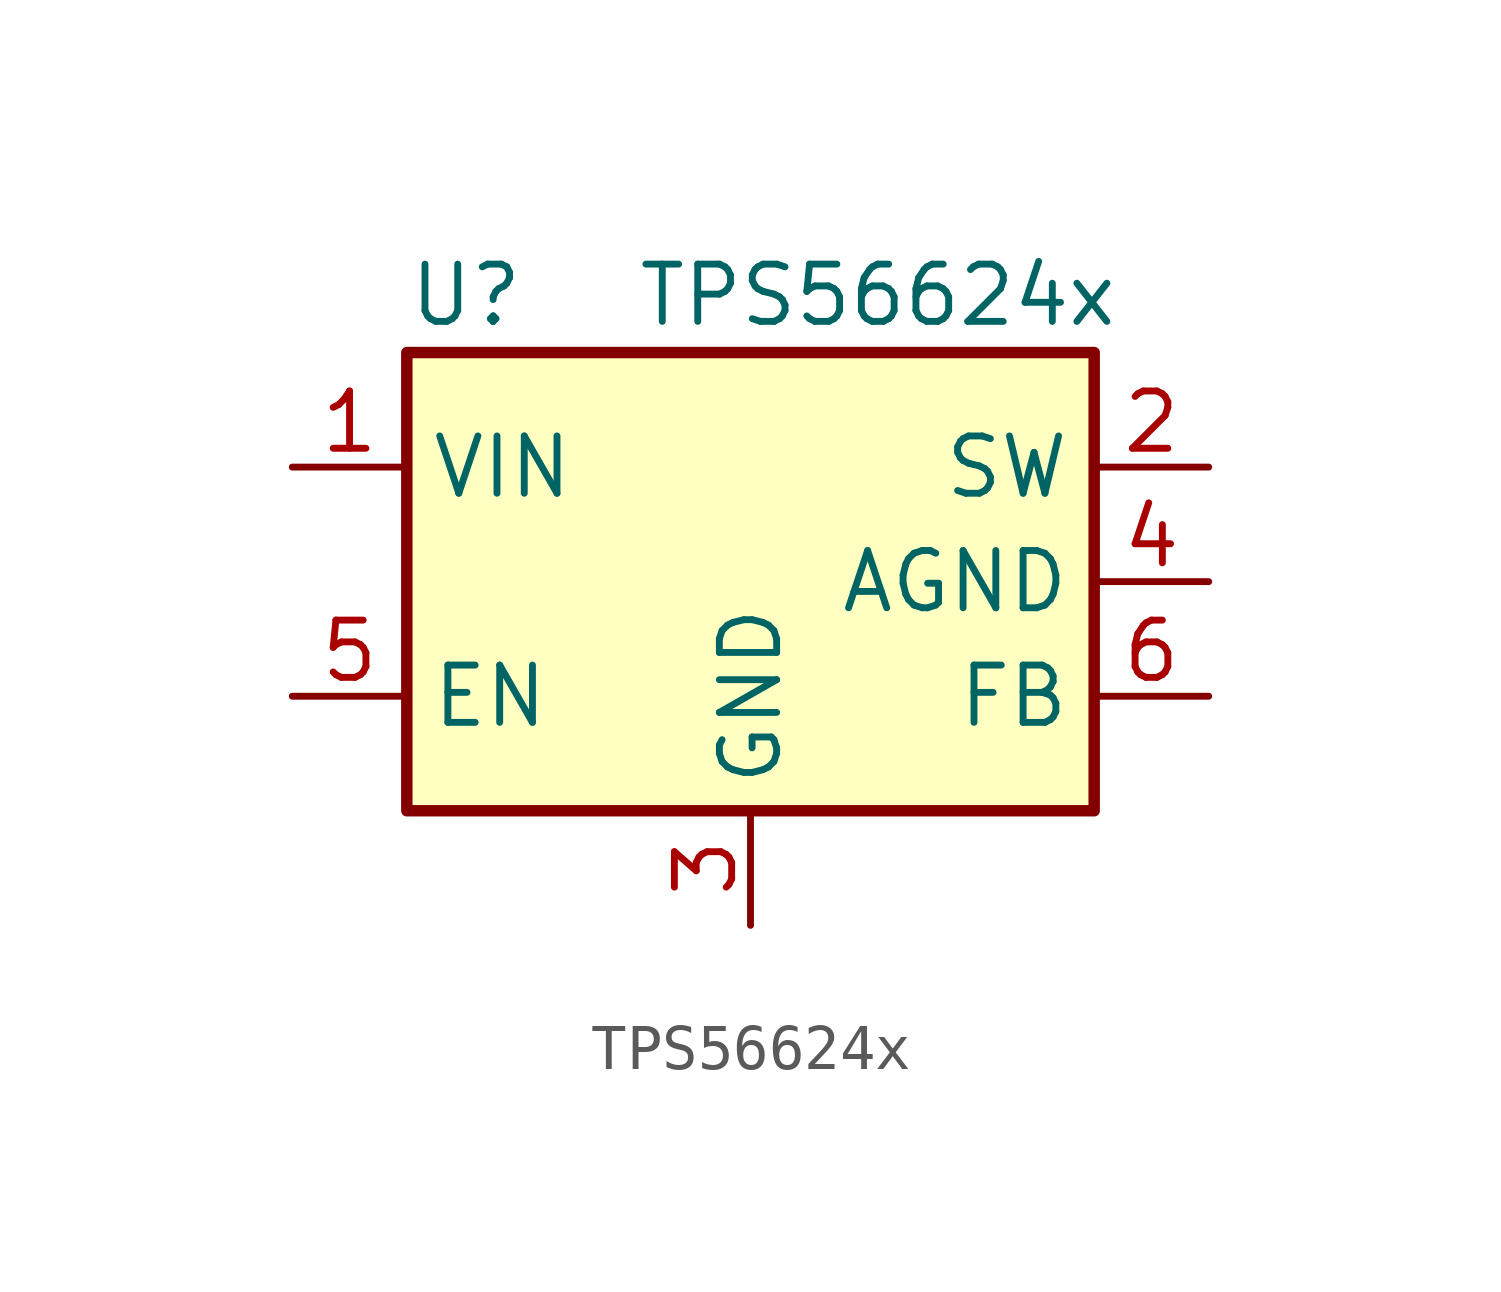
<source format=kicad_sym>
(kicad_symbol_lib
  (version 20241209)
  (generator "kicad_symbol_editor")
  (generator_version "9.0")
  (symbol "TPS56624x"
    (property "Reference" "U"
      (at -7.62 6.35 0)
      (effects (font (size 1.27 1.27)) (justify left)))
    (property "Value" "TPS56624x"
      (at -2.54 6.35 0)
      (effects (font (size 1.27 1.27)) (justify left)))
    (symbol "TPS56624x_0_1"
      (rectangle (start -7.62 5.08) (end 7.62 -5.08) (stroke (width 0.254) (type default)) (fill (type background))))
    (symbol "TPS56624x_1_1"
      (pin power_in line (at -10.16 2.54 0) (length 2.54) (name "VIN" (effects (font (size 1.27 1.27)))) (number "1" (effects (font (size 1.27 1.27)))))
      (pin input line (at -10.16 -2.54 0) (length 2.54) (name "EN" (effects (font (size 1.27 1.27)))) (number "5" (effects (font (size 1.27 1.27)))))
      (pin power_in line (at 0 -7.62 90) (length 2.54) (name "GND" (effects (font (size 1.27 1.27)))) (number "3" (effects (font (size 1.27 1.27)))))
      (pin output line (at 10.16 2.54 180) (length 2.54) (name "SW" (effects (font (size 1.27 1.27)))) (number "2" (effects (font (size 1.27 1.27)))))
      (pin passive line (at 10.16 0 180) (length 2.54) (name "AGND" (effects (font (size 1.27 1.27)))) (number "4" (effects (font (size 1.27 1.27)))))
      (pin input line (at 10.16 -2.54 180) (length 2.54) (name "FB" (effects (font (size 1.27 1.27)))) (number "6" (effects (font (size 1.27 1.27))))))))
</source>
